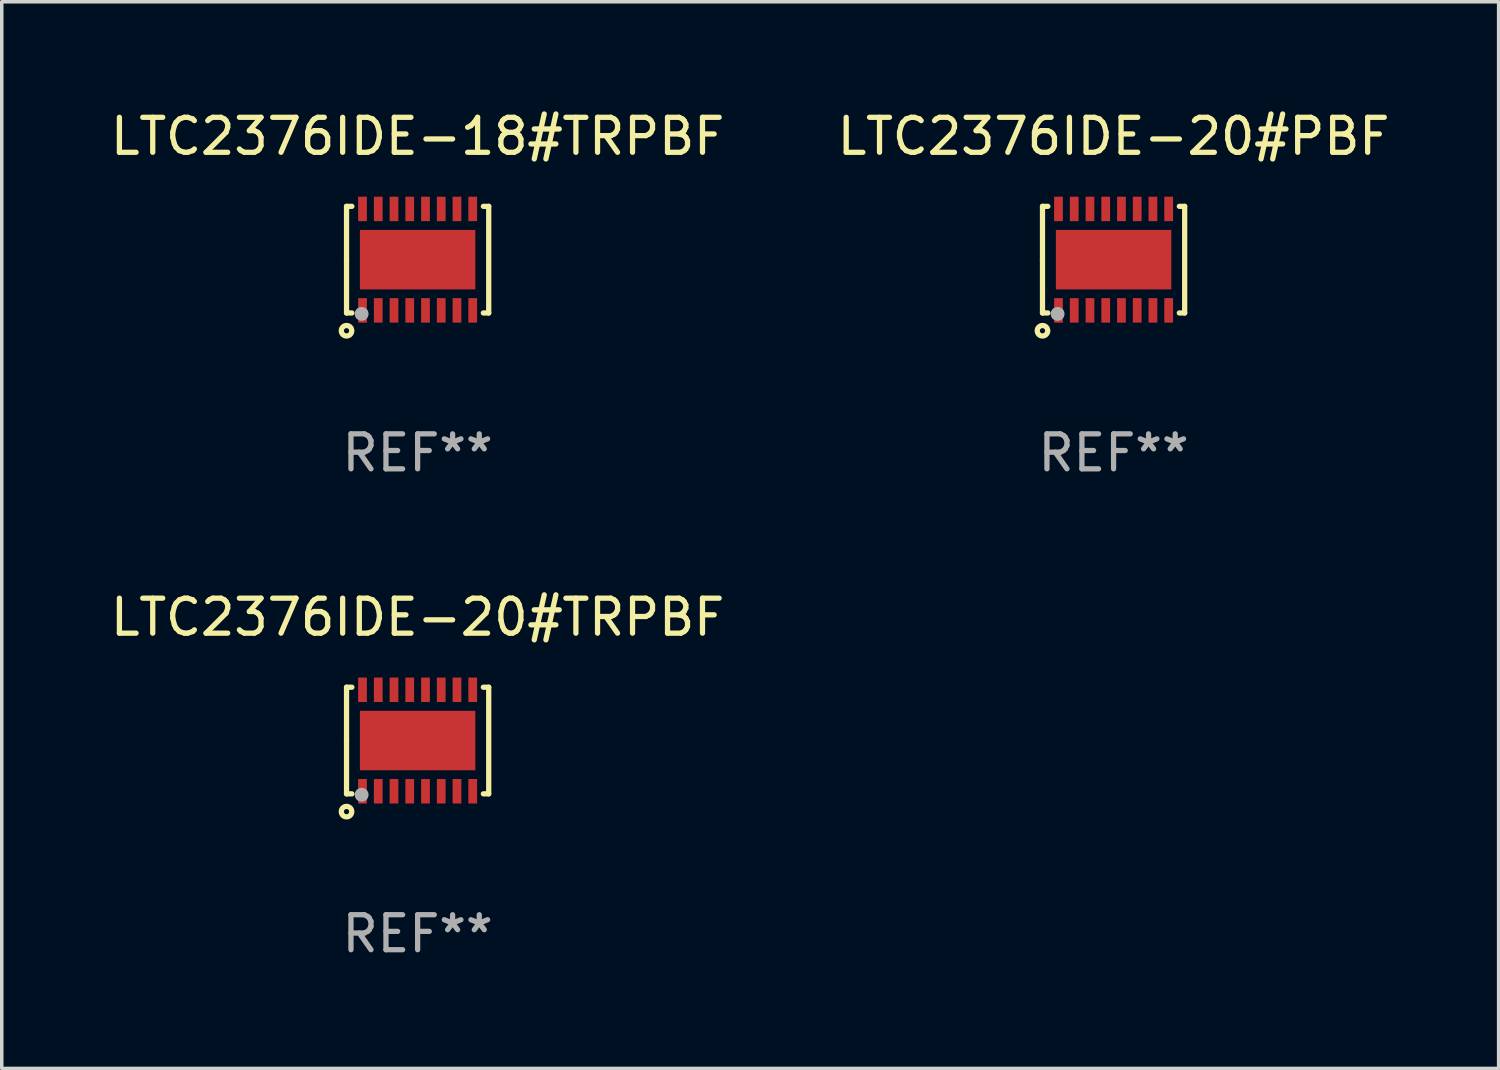
<source format=kicad_pcb>
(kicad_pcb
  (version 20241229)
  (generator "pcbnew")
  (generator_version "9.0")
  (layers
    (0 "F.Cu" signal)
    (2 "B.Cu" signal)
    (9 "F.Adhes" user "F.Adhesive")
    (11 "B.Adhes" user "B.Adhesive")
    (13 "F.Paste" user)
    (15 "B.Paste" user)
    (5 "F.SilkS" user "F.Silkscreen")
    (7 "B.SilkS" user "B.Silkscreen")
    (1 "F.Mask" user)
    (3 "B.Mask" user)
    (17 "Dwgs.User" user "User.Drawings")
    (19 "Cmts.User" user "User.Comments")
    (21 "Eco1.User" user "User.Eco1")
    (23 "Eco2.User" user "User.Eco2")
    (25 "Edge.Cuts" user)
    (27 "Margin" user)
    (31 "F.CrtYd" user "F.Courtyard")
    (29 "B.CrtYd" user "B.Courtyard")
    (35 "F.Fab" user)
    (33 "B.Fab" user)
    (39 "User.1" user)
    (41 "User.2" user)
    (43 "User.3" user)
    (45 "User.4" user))
  (footprint "LTC2376IDE-18#TRPBF"
    (layer "F.Cu")
    (at 8.887 4.372)
    (property "Reference" "LTC2376IDE-18#TRPBF" (at 0 -3.524 0) (layer "F.SilkS") (effects (font (size 1 1) (thickness 0.15))))
    (attr through_hole)
    (fp_line (start -2.032 -1.524) (end -1.879 -1.524) (stroke (width 0.15) (type solid)) (layer "F.SilkS"))
    (fp_line (start -2.032 0) (end -2.032 -1.524) (stroke (width 0.15) (type solid)) (layer "F.SilkS"))
    (fp_line (start -2.032 1.524) (end -2.032 0) (stroke (width 0.15) (type solid)) (layer "F.SilkS"))
    (fp_line (start -1.879 1.524) (end -2.032 1.524) (stroke (width 0.15) (type solid)) (layer "F.SilkS"))
    (fp_line (start 1.879 -1.524) (end 2.032 -1.524) (stroke (width 0.15) (type solid)) (layer "F.SilkS"))
    (fp_line (start 2.032 -1.524) (end 2.032 1.524) (stroke (width 0.15) (type solid)) (layer "F.SilkS"))
    (fp_line (start 2.032 1.524) (end 1.879 1.524) (stroke (width 0.15) (type solid)) (layer "F.SilkS"))
    (fp_circle (center -2.032 2.032) (end -1.882 2.032) (stroke (width 0.15) (type solid)) (fill no) (layer "F.SilkS"))
    (fp_circle (center -2 1.5) (end -1.97 1.5) (stroke (width 0.06) (type solid)) (fill no) (layer "F.SilkS"))
    (fp_circle (center -1.6 1.55) (end -1.5 1.55) (stroke (width 0.2) (type solid)) (fill no) (layer "F.Fab"))
    (fp_text user "REF**" (at 0 5.524 0) (layer "F.Fab") (effects (font (size 1 1) (thickness 0.15))))
    (pad "1" smd rect (at -1.575 1.45 90) (size 0.7 0.25) (layers "F.Cu" "F.Mask" "F.Paste"))
    (pad "2" smd rect (at -1.125 1.45 90) (size 0.7 0.25) (layers "F.Cu" "F.Mask" "F.Paste"))
    (pad "3" smd rect (at -0.675 1.45 90) (size 0.7 0.25) (layers "F.Cu" "F.Mask" "F.Paste"))
    (pad "4" smd rect (at -0.225 1.45 90) (size 0.7 0.25) (layers "F.Cu" "F.Mask" "F.Paste"))
    (pad "5" smd rect (at 0.225 1.45 90) (size 0.7 0.25) (layers "F.Cu" "F.Mask" "F.Paste"))
    (pad "6" smd rect (at 0.675 1.45 90) (size 0.7 0.25) (layers "F.Cu" "F.Mask" "F.Paste"))
    (pad "7" smd rect (at 1.125 1.45 90) (size 0.7 0.25) (layers "F.Cu" "F.Mask" "F.Paste"))
    (pad "8" smd rect (at 1.575 1.45 90) (size 0.7 0.25) (layers "F.Cu" "F.Mask" "F.Paste"))
    (pad "9" smd rect (at 1.575 -1.45 90) (size 0.7 0.25) (layers "F.Cu" "F.Mask" "F.Paste"))
    (pad "10" smd rect (at 1.125 -1.45 90) (size 0.7 0.25) (layers "F.Cu" "F.Mask" "F.Paste"))
    (pad "11" smd rect (at 0.675 -1.45 90) (size 0.7 0.25) (layers "F.Cu" "F.Mask" "F.Paste"))
    (pad "12" smd rect (at 0.225 -1.45 90) (size 0.7 0.25) (layers "F.Cu" "F.Mask" "F.Paste"))
    (pad "13" smd rect (at -0.225 -1.45 90) (size 0.7 0.25) (layers "F.Cu" "F.Mask" "F.Paste"))
    (pad "14" smd rect (at -0.675 -1.45 90) (size 0.7 0.25) (layers "F.Cu" "F.Mask" "F.Paste"))
    (pad "15" smd rect (at -1.125 -1.45 90) (size 0.7 0.25) (layers "F.Cu" "F.Mask" "F.Paste"))
    (pad "16" smd rect (at -1.575 -1.45 90) (size 0.7 0.25) (layers "F.Cu" "F.Mask" "F.Paste"))
    (pad "17" smd rect (at 0.000127 0 90) (size 1.7 3.3) (layers "F.Cu" "F.Mask" "F.Paste")))
  (footprint "LTC2376IDE-20#TRPBF"
    (layer "F.Cu")
    (at 8.887 18.117)
    (property "Reference" "LTC2376IDE-20#TRPBF" (at 0 -3.524 0) (layer "F.SilkS") (effects (font (size 1 1) (thickness 0.15))))
    (attr through_hole)
    (fp_line (start -2.032 -1.524) (end -1.879 -1.524) (stroke (width 0.15) (type solid)) (layer "F.SilkS"))
    (fp_line (start -2.032 0) (end -2.032 -1.524) (stroke (width 0.15) (type solid)) (layer "F.SilkS"))
    (fp_line (start -2.032 1.524) (end -2.032 0) (stroke (width 0.15) (type solid)) (layer "F.SilkS"))
    (fp_line (start -1.879 1.524) (end -2.032 1.524) (stroke (width 0.15) (type solid)) (layer "F.SilkS"))
    (fp_line (start 1.879 -1.524) (end 2.032 -1.524) (stroke (width 0.15) (type solid)) (layer "F.SilkS"))
    (fp_line (start 2.032 -1.524) (end 2.032 1.524) (stroke (width 0.15) (type solid)) (layer "F.SilkS"))
    (fp_line (start 2.032 1.524) (end 1.879 1.524) (stroke (width 0.15) (type solid)) (layer "F.SilkS"))
    (fp_circle (center -2.032 2.032) (end -1.882 2.032) (stroke (width 0.15) (type solid)) (fill no) (layer "F.SilkS"))
    (fp_circle (center -2 1.5) (end -1.97 1.5) (stroke (width 0.06) (type solid)) (fill no) (layer "F.SilkS"))
    (fp_circle (center -1.6 1.55) (end -1.5 1.55) (stroke (width 0.2) (type solid)) (fill no) (layer "F.Fab"))
    (fp_text user "REF**" (at 0 5.524 0) (layer "F.Fab") (effects (font (size 1 1) (thickness 0.15))))
    (pad "1" smd rect (at -1.575 1.45 90) (size 0.7 0.25) (layers "F.Cu" "F.Mask" "F.Paste"))
    (pad "2" smd rect (at -1.125 1.45 90) (size 0.7 0.25) (layers "F.Cu" "F.Mask" "F.Paste"))
    (pad "3" smd rect (at -0.675 1.45 90) (size 0.7 0.25) (layers "F.Cu" "F.Mask" "F.Paste"))
    (pad "4" smd rect (at -0.225 1.45 90) (size 0.7 0.25) (layers "F.Cu" "F.Mask" "F.Paste"))
    (pad "5" smd rect (at 0.225 1.45 90) (size 0.7 0.25) (layers "F.Cu" "F.Mask" "F.Paste"))
    (pad "6" smd rect (at 0.675 1.45 90) (size 0.7 0.25) (layers "F.Cu" "F.Mask" "F.Paste"))
    (pad "7" smd rect (at 1.125 1.45 90) (size 0.7 0.25) (layers "F.Cu" "F.Mask" "F.Paste"))
    (pad "8" smd rect (at 1.575 1.45 90) (size 0.7 0.25) (layers "F.Cu" "F.Mask" "F.Paste"))
    (pad "9" smd rect (at 1.575 -1.45 90) (size 0.7 0.25) (layers "F.Cu" "F.Mask" "F.Paste"))
    (pad "10" smd rect (at 1.125 -1.45 90) (size 0.7 0.25) (layers "F.Cu" "F.Mask" "F.Paste"))
    (pad "11" smd rect (at 0.675 -1.45 90) (size 0.7 0.25) (layers "F.Cu" "F.Mask" "F.Paste"))
    (pad "12" smd rect (at 0.225 -1.45 90) (size 0.7 0.25) (layers "F.Cu" "F.Mask" "F.Paste"))
    (pad "13" smd rect (at -0.225 -1.45 90) (size 0.7 0.25) (layers "F.Cu" "F.Mask" "F.Paste"))
    (pad "14" smd rect (at -0.675 -1.45 90) (size 0.7 0.25) (layers "F.Cu" "F.Mask" "F.Paste"))
    (pad "15" smd rect (at -1.125 -1.45 90) (size 0.7 0.25) (layers "F.Cu" "F.Mask" "F.Paste"))
    (pad "16" smd rect (at -1.575 -1.45 90) (size 0.7 0.25) (layers "F.Cu" "F.Mask" "F.Paste"))
    (pad "17" smd rect (at 0.000127 0 90) (size 1.7 3.3) (layers "F.Cu" "F.Mask" "F.Paste")))
  (footprint "LTC2376IDE-20#PBF"
    (layer "F.Cu")
    (at 28.78 4.372)
    (property "Reference" "LTC2376IDE-20#PBF" (at 0 -3.524 0) (layer "F.SilkS") (effects (font (size 1 1) (thickness 0.15))))
    (attr through_hole)
    (fp_line (start -2.032 -1.524) (end -1.879 -1.524) (stroke (width 0.15) (type solid)) (layer "F.SilkS"))
    (fp_line (start -2.032 0) (end -2.032 -1.524) (stroke (width 0.15) (type solid)) (layer "F.SilkS"))
    (fp_line (start -2.032 1.524) (end -2.032 0) (stroke (width 0.15) (type solid)) (layer "F.SilkS"))
    (fp_line (start -1.879 1.524) (end -2.032 1.524) (stroke (width 0.15) (type solid)) (layer "F.SilkS"))
    (fp_line (start 1.879 -1.524) (end 2.032 -1.524) (stroke (width 0.15) (type solid)) (layer "F.SilkS"))
    (fp_line (start 2.032 -1.524) (end 2.032 1.524) (stroke (width 0.15) (type solid)) (layer "F.SilkS"))
    (fp_line (start 2.032 1.524) (end 1.879 1.524) (stroke (width 0.15) (type solid)) (layer "F.SilkS"))
    (fp_circle (center -2.032 2.032) (end -1.882 2.032) (stroke (width 0.15) (type solid)) (fill no) (layer "F.SilkS"))
    (fp_circle (center -2 1.5) (end -1.97 1.5) (stroke (width 0.06) (type solid)) (fill no) (layer "F.SilkS"))
    (fp_circle (center -1.6 1.55) (end -1.5 1.55) (stroke (width 0.2) (type solid)) (fill no) (layer "F.Fab"))
    (fp_text user "REF**" (at 0 5.524 0) (layer "F.Fab") (effects (font (size 1 1) (thickness 0.15))))
    (pad "1" smd rect (at -1.575 1.45 90) (size 0.7 0.25) (layers "F.Cu" "F.Mask" "F.Paste"))
    (pad "2" smd rect (at -1.125 1.45 90) (size 0.7 0.25) (layers "F.Cu" "F.Mask" "F.Paste"))
    (pad "3" smd rect (at -0.675 1.45 90) (size 0.7 0.25) (layers "F.Cu" "F.Mask" "F.Paste"))
    (pad "4" smd rect (at -0.225 1.45 90) (size 0.7 0.25) (layers "F.Cu" "F.Mask" "F.Paste"))
    (pad "5" smd rect (at 0.225 1.45 90) (size 0.7 0.25) (layers "F.Cu" "F.Mask" "F.Paste"))
    (pad "6" smd rect (at 0.675 1.45 90) (size 0.7 0.25) (layers "F.Cu" "F.Mask" "F.Paste"))
    (pad "7" smd rect (at 1.125 1.45 90) (size 0.7 0.25) (layers "F.Cu" "F.Mask" "F.Paste"))
    (pad "8" smd rect (at 1.575 1.45 90) (size 0.7 0.25) (layers "F.Cu" "F.Mask" "F.Paste"))
    (pad "9" smd rect (at 1.575 -1.45 90) (size 0.7 0.25) (layers "F.Cu" "F.Mask" "F.Paste"))
    (pad "10" smd rect (at 1.125 -1.45 90) (size 0.7 0.25) (layers "F.Cu" "F.Mask" "F.Paste"))
    (pad "11" smd rect (at 0.675 -1.45 90) (size 0.7 0.25) (layers "F.Cu" "F.Mask" "F.Paste"))
    (pad "12" smd rect (at 0.225 -1.45 90) (size 0.7 0.25) (layers "F.Cu" "F.Mask" "F.Paste"))
    (pad "13" smd rect (at -0.225 -1.45 90) (size 0.7 0.25) (layers "F.Cu" "F.Mask" "F.Paste"))
    (pad "14" smd rect (at -0.675 -1.45 90) (size 0.7 0.25) (layers "F.Cu" "F.Mask" "F.Paste"))
    (pad "15" smd rect (at -1.125 -1.45 90) (size 0.7 0.25) (layers "F.Cu" "F.Mask" "F.Paste"))
    (pad "16" smd rect (at -1.575 -1.45 90) (size 0.7 0.25) (layers "F.Cu" "F.Mask" "F.Paste"))
    (pad "17" smd rect (at 0.000127 0 90) (size 1.7 3.3) (layers "F.Cu" "F.Mask" "F.Paste")))
  (gr_rect
    (start -3 -3)
    (end 39.786 27.489)
    (stroke (width 0.1) (type default))
    (fill no)
    (layer "Edge.Cuts")))
</source>
